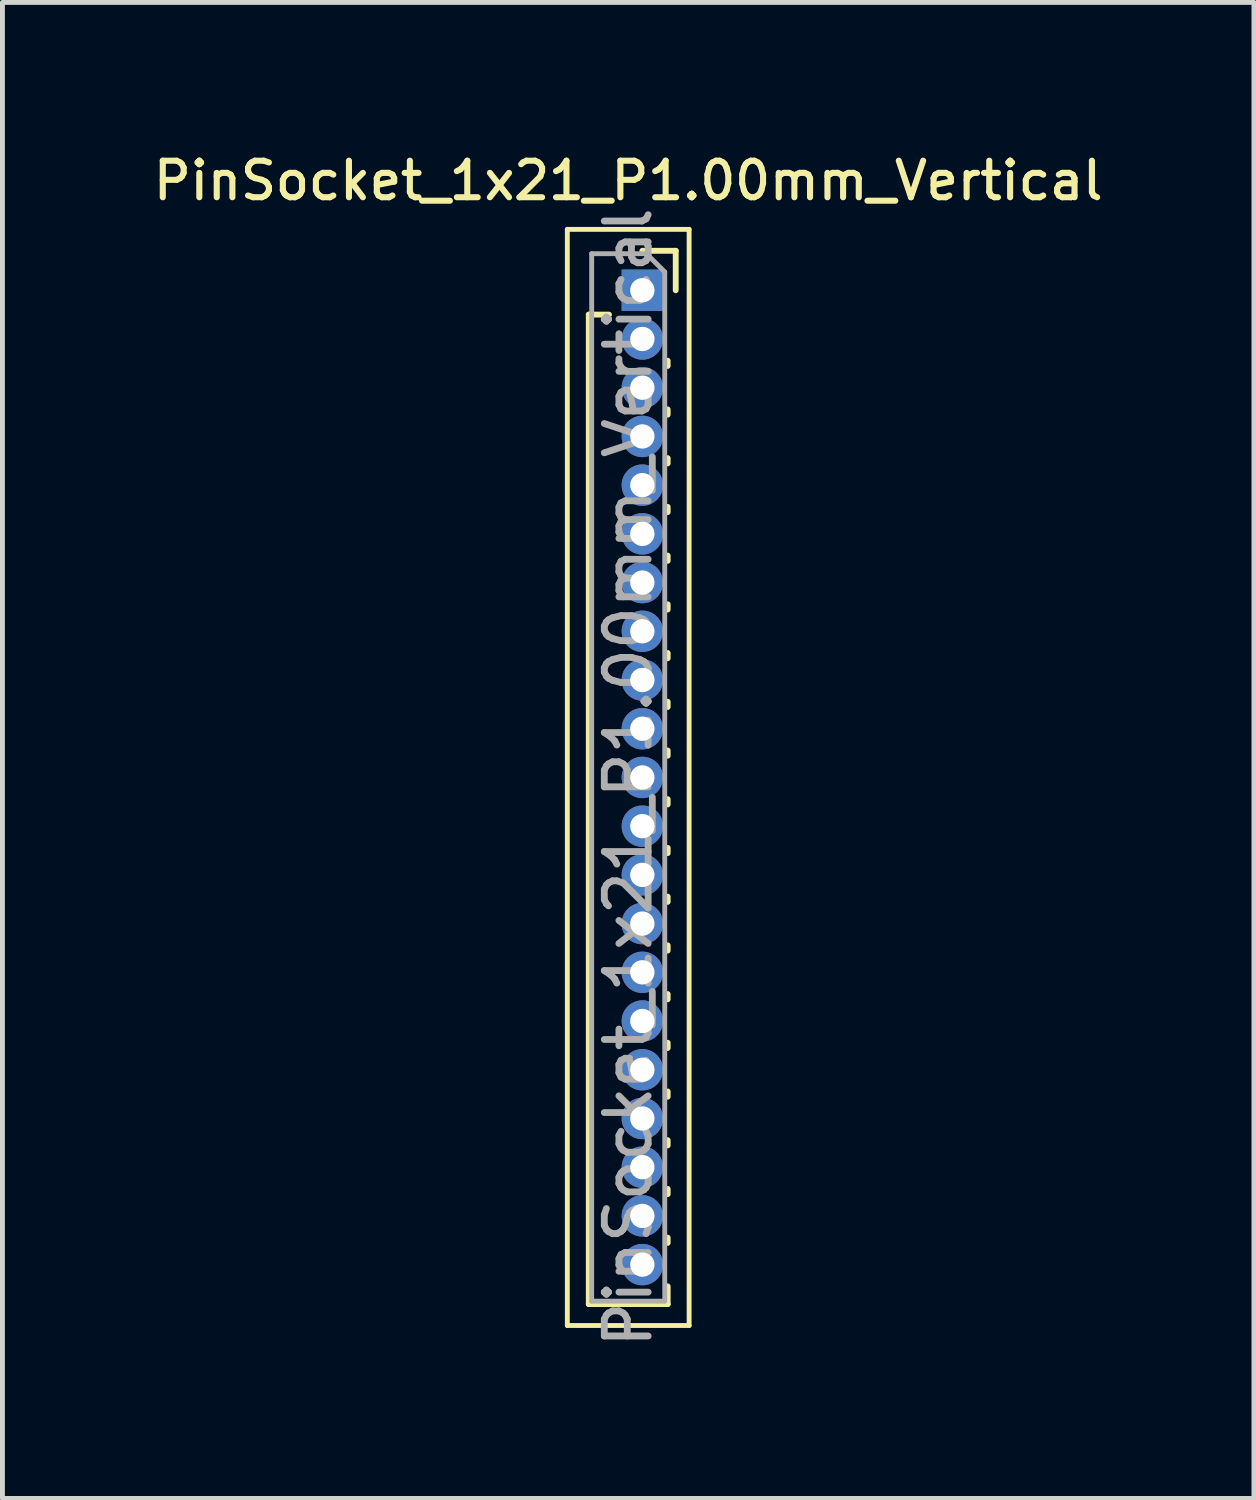
<source format=kicad_pcb>
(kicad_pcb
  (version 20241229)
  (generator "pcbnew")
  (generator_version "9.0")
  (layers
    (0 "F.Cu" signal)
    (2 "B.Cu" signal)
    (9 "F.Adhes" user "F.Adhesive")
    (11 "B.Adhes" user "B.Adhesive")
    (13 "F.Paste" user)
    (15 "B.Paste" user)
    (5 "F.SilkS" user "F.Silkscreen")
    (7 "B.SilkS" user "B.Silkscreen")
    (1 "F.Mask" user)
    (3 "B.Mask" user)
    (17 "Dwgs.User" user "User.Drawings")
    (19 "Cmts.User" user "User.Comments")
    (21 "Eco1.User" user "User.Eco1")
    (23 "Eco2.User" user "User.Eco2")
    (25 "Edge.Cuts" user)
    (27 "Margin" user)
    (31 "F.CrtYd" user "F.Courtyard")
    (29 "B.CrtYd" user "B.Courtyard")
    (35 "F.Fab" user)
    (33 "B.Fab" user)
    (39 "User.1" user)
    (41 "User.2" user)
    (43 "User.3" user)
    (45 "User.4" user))
  (footprint "PinSocket_1x21_P1.00mm_Vertical"
    (layer "F.Cu")
    (at 10.135 2.908)
    (property "Reference" "PinSocket_1x21_P1.00mm_Vertical" (at -0.29 -2.25 0) (layer "F.SilkS") (effects (font (size 0.75 0.75) (thickness 0.125))))
    (attr through_hole)
    (fp_line (start -1.54 -1.25) (end 0.96 -1.25) (stroke (width 0.1) (type solid)) (layer "F.SilkS"))
    (fp_line (start -1.54 21.25) (end -1.54 -1.25) (stroke (width 0.1) (type solid)) (layer "F.SilkS"))
    (fp_line (start -1.1 0.5) (end -1.1 20.81) (stroke (width 0.12) (type solid)) (layer "F.SilkS"))
    (fp_line (start -1.1 0.5) (end -0.685 0.5) (stroke (width 0.12) (type solid)) (layer "F.SilkS"))
    (fp_line (start -1.1 20.81) (end 0.52 20.81) (stroke (width 0.12) (type solid)) (layer "F.SilkS"))
    (fp_line (start 0 -0.81) (end 0.685 -0.81) (stroke (width 0.12) (type solid)) (layer "F.SilkS"))
    (fp_line (start 0.52 1.446) (end 0.52 1.554) (stroke (width 0.12) (type solid)) (layer "F.SilkS"))
    (fp_line (start 0.52 2.446) (end 0.52 2.554) (stroke (width 0.12) (type solid)) (layer "F.SilkS"))
    (fp_line (start 0.52 3.446) (end 0.52 3.554) (stroke (width 0.12) (type solid)) (layer "F.SilkS"))
    (fp_line (start 0.52 4.446) (end 0.52 4.554) (stroke (width 0.12) (type solid)) (layer "F.SilkS"))
    (fp_line (start 0.52 5.446) (end 0.52 5.554) (stroke (width 0.12) (type solid)) (layer "F.SilkS"))
    (fp_line (start 0.52 6.446) (end 0.52 6.554) (stroke (width 0.12) (type solid)) (layer "F.SilkS"))
    (fp_line (start 0.52 7.446) (end 0.52 7.554) (stroke (width 0.12) (type solid)) (layer "F.SilkS"))
    (fp_line (start 0.52 8.446) (end 0.52 8.554) (stroke (width 0.12) (type solid)) (layer "F.SilkS"))
    (fp_line (start 0.52 9.446) (end 0.52 9.554) (stroke (width 0.12) (type solid)) (layer "F.SilkS"))
    (fp_line (start 0.52 10.446) (end 0.52 10.554) (stroke (width 0.12) (type solid)) (layer "F.SilkS"))
    (fp_line (start 0.52 11.446) (end 0.52 11.554) (stroke (width 0.12) (type solid)) (layer "F.SilkS"))
    (fp_line (start 0.52 12.446) (end 0.52 12.554) (stroke (width 0.12) (type solid)) (layer "F.SilkS"))
    (fp_line (start 0.52 13.446) (end 0.52 13.554) (stroke (width 0.12) (type solid)) (layer "F.SilkS"))
    (fp_line (start 0.52 14.446) (end 0.52 14.554) (stroke (width 0.12) (type solid)) (layer "F.SilkS"))
    (fp_line (start 0.52 15.446) (end 0.52 15.554) (stroke (width 0.12) (type solid)) (layer "F.SilkS"))
    (fp_line (start 0.52 16.446) (end 0.52 16.554) (stroke (width 0.12) (type solid)) (layer "F.SilkS"))
    (fp_line (start 0.52 17.446) (end 0.52 17.554) (stroke (width 0.12) (type solid)) (layer "F.SilkS"))
    (fp_line (start 0.52 18.446) (end 0.52 18.554) (stroke (width 0.12) (type solid)) (layer "F.SilkS"))
    (fp_line (start 0.52 19.446) (end 0.52 19.554) (stroke (width 0.12) (type solid)) (layer "F.SilkS"))
    (fp_line (start 0.52 20.446) (end 0.52 20.81) (stroke (width 0.12) (type solid)) (layer "F.SilkS"))
    (fp_line (start 0.685 -0.81) (end 0.685 0) (stroke (width 0.12) (type solid)) (layer "F.SilkS"))
    (fp_line (start 0.96 -1.25) (end 0.96 21.25) (stroke (width 0.1) (type solid)) (layer "F.SilkS"))
    (fp_line (start 0.96 21.25) (end -1.54 21.25) (stroke (width 0.1) (type solid)) (layer "F.SilkS"))
    (fp_line (start -1.04 -0.75) (end 0.085 -0.75) (stroke (width 0.1) (type solid)) (layer "F.Fab"))
    (fp_line (start -1.04 20.75) (end -1.04 -0.75) (stroke (width 0.1) (type solid)) (layer "F.Fab"))
    (fp_line (start 0.085 -0.75) (end 0.46 -0.375) (stroke (width 0.1) (type solid)) (layer "F.Fab"))
    (fp_line (start 0.46 -0.375) (end 0.46 20.75) (stroke (width 0.1) (type solid)) (layer "F.Fab"))
    (fp_line (start 0.46 20.75) (end -1.04 20.75) (stroke (width 0.1) (type solid)) (layer "F.Fab"))
    (fp_text user "${REFERENCE}" (at -0.29 10 90) (layer "F.Fab") (effects (font (size 0.9 0.9) (thickness 0.14))))
    (pad "1" thru_hole rect (at 0 0) (size 0.85 0.85) (drill 0.5) (layers "*.Cu" "*.Mask"))
    (pad "2" thru_hole oval (at 0 1) (size 0.85 0.85) (drill 0.5) (layers "*.Cu" "*.Mask"))
    (pad "3" thru_hole oval (at 0 2) (size 0.85 0.85) (drill 0.5) (layers "*.Cu" "*.Mask"))
    (pad "4" thru_hole oval (at 0 3) (size 0.85 0.85) (drill 0.5) (layers "*.Cu" "*.Mask"))
    (pad "5" thru_hole oval (at 0 4) (size 0.85 0.85) (drill 0.5) (layers "*.Cu" "*.Mask"))
    (pad "6" thru_hole oval (at 0 5) (size 0.85 0.85) (drill 0.5) (layers "*.Cu" "*.Mask"))
    (pad "7" thru_hole oval (at 0 6) (size 0.85 0.85) (drill 0.5) (layers "*.Cu" "*.Mask"))
    (pad "8" thru_hole oval (at 0 7) (size 0.85 0.85) (drill 0.5) (layers "*.Cu" "*.Mask"))
    (pad "9" thru_hole oval (at 0 8) (size 0.85 0.85) (drill 0.5) (layers "*.Cu" "*.Mask"))
    (pad "10" thru_hole oval (at 0 9) (size 0.85 0.85) (drill 0.5) (layers "*.Cu" "*.Mask"))
    (pad "11" thru_hole oval (at 0 10) (size 0.85 0.85) (drill 0.5) (layers "*.Cu" "*.Mask"))
    (pad "12" thru_hole oval (at 0 11) (size 0.85 0.85) (drill 0.5) (layers "*.Cu" "*.Mask"))
    (pad "13" thru_hole oval (at 0 12) (size 0.85 0.85) (drill 0.5) (layers "*.Cu" "*.Mask"))
    (pad "14" thru_hole oval (at 0 13) (size 0.85 0.85) (drill 0.5) (layers "*.Cu" "*.Mask"))
    (pad "15" thru_hole oval (at 0 14) (size 0.85 0.85) (drill 0.5) (layers "*.Cu" "*.Mask"))
    (pad "16" thru_hole oval (at 0 15) (size 0.85 0.85) (drill 0.5) (layers "*.Cu" "*.Mask"))
    (pad "17" thru_hole oval (at 0 16) (size 0.85 0.85) (drill 0.5) (layers "*.Cu" "*.Mask"))
    (pad "18" thru_hole oval (at 0 17) (size 0.85 0.85) (drill 0.5) (layers "*.Cu" "*.Mask"))
    (pad "19" thru_hole oval (at 0 18) (size 0.85 0.85) (drill 0.5) (layers "*.Cu" "*.Mask"))
    (pad "20" thru_hole oval (at 0 19) (size 0.85 0.85) (drill 0.5) (layers "*.Cu" "*.Mask"))
    (pad "21" thru_hole oval (at 0 20) (size 0.85 0.85) (drill 0.5) (layers "*.Cu" "*.Mask")))
  (gr_rect
    (start -3 -3)
    (end 22.689 27.707)
    (stroke (width 0.1) (type default))
    (fill no)
    (layer "Edge.Cuts")))
</source>
